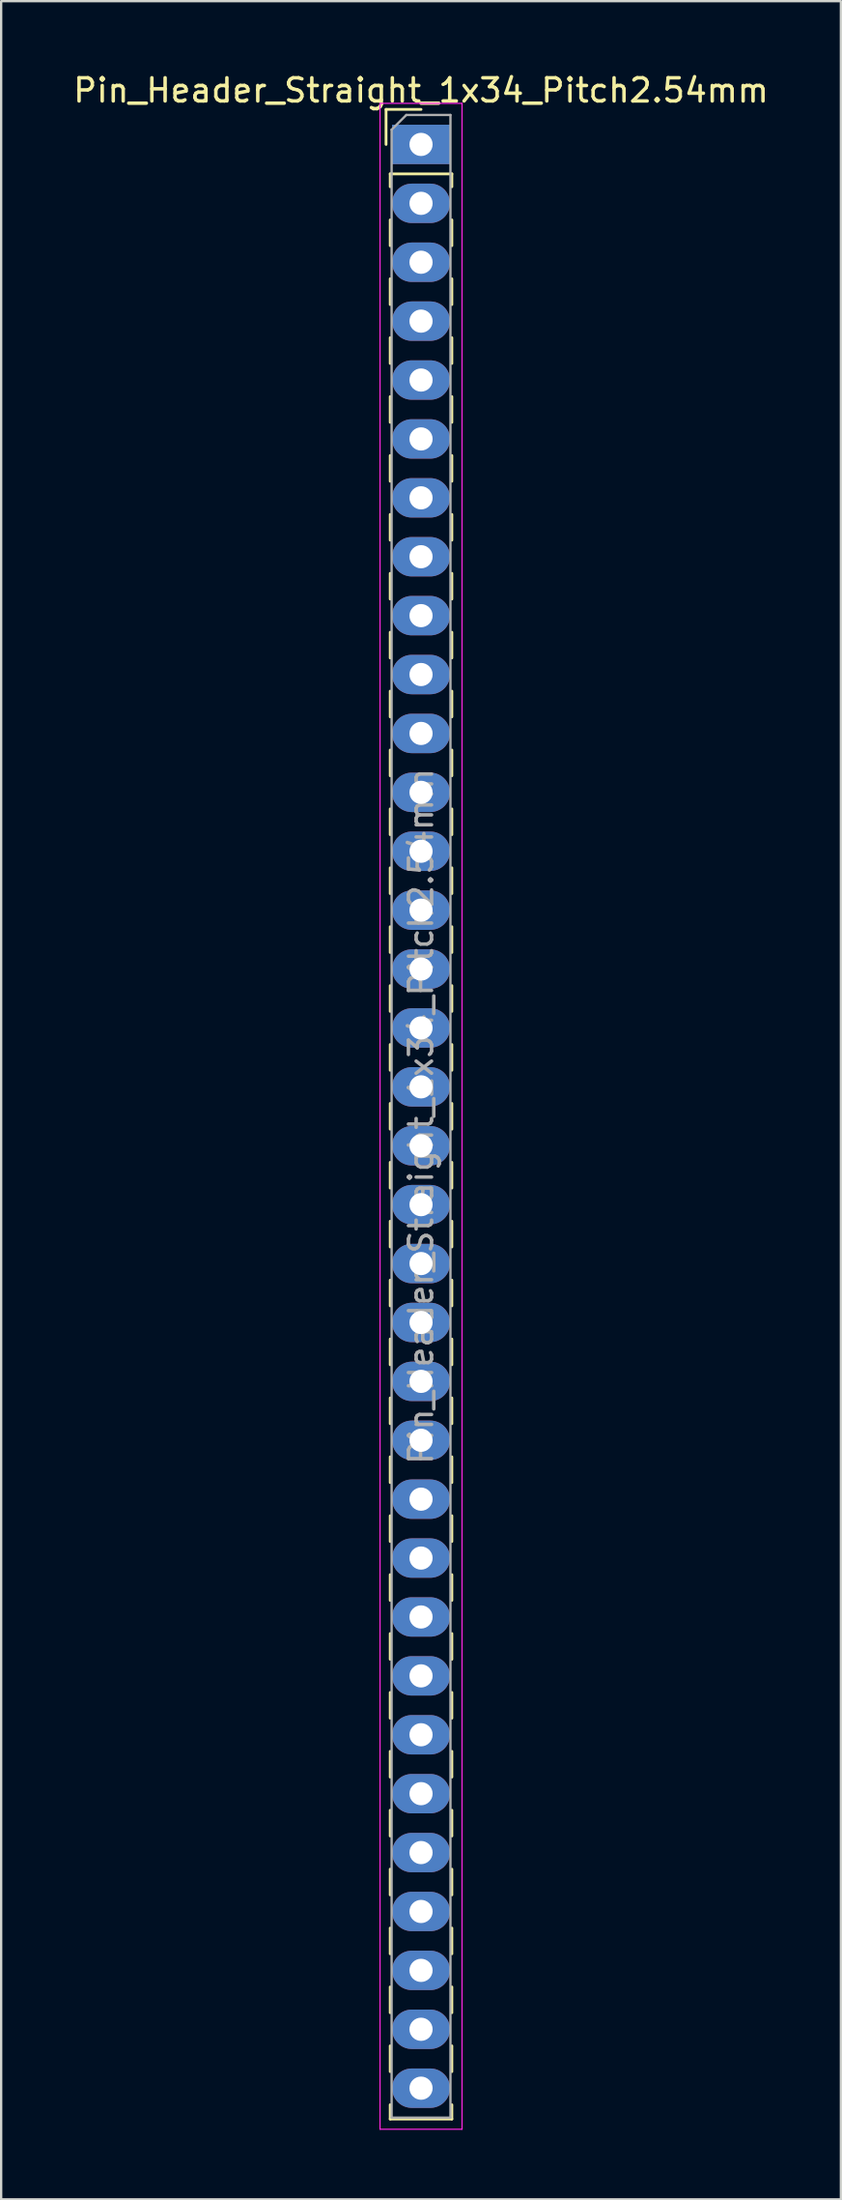
<source format=kicad_pcb>
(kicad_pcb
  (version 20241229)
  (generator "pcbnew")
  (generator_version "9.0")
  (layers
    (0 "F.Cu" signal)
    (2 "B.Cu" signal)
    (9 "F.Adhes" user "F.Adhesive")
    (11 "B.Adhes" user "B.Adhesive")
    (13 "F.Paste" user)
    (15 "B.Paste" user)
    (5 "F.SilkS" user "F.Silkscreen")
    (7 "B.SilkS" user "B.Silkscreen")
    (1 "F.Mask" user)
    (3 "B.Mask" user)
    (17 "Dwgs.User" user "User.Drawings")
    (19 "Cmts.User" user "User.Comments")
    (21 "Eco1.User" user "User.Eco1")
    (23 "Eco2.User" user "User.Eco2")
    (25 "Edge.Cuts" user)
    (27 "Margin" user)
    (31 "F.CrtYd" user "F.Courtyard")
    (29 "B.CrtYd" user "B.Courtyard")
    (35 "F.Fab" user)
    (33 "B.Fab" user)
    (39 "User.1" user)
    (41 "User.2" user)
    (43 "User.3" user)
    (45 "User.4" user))
  (footprint "Pin_Header_Straight_1x34_Pitch2.54mm"
    (layer "F.Cu")
    (at 15.125 3.178)
    (property "Reference" "Pin_Header_Straight_1x34_Pitch2.54mm" (at 0 -2.33 0) (layer "F.SilkS") (effects (font (size 1 1) (thickness 0.15))))
    (attr through_hole)
    (fp_line (start -1.51 -1.51) (end 0 -1.51) (stroke (width 0.12) (type solid)) (layer "F.SilkS"))
    (fp_line (start -1.51 0) (end -1.51 -1.51) (stroke (width 0.12) (type solid)) (layer "F.SilkS"))
    (fp_line (start -1.33 1.27) (end -1.33 1.825) (stroke (width 0.12) (type solid)) (layer "F.SilkS"))
    (fp_line (start -1.33 1.27) (end 1.33 1.27) (stroke (width 0.12) (type solid)) (layer "F.SilkS"))
    (fp_line (start -1.33 3.255) (end -1.33 4.365) (stroke (width 0.12) (type solid)) (layer "F.SilkS"))
    (fp_line (start -1.33 5.795) (end -1.33 6.905) (stroke (width 0.12) (type solid)) (layer "F.SilkS"))
    (fp_line (start -1.33 8.335) (end -1.33 9.445) (stroke (width 0.12) (type solid)) (layer "F.SilkS"))
    (fp_line (start -1.33 10.875) (end -1.33 11.985) (stroke (width 0.12) (type solid)) (layer "F.SilkS"))
    (fp_line (start -1.33 13.415) (end -1.33 14.525) (stroke (width 0.12) (type solid)) (layer "F.SilkS"))
    (fp_line (start -1.33 15.955) (end -1.33 17.065) (stroke (width 0.12) (type solid)) (layer "F.SilkS"))
    (fp_line (start -1.33 18.495) (end -1.33 19.605) (stroke (width 0.12) (type solid)) (layer "F.SilkS"))
    (fp_line (start -1.33 21.035) (end -1.33 22.145) (stroke (width 0.12) (type solid)) (layer "F.SilkS"))
    (fp_line (start -1.33 23.575) (end -1.33 24.685) (stroke (width 0.12) (type solid)) (layer "F.SilkS"))
    (fp_line (start -1.33 26.115) (end -1.33 27.225) (stroke (width 0.12) (type solid)) (layer "F.SilkS"))
    (fp_line (start -1.33 28.655) (end -1.33 29.765) (stroke (width 0.12) (type solid)) (layer "F.SilkS"))
    (fp_line (start -1.33 31.195) (end -1.33 32.305) (stroke (width 0.12) (type solid)) (layer "F.SilkS"))
    (fp_line (start -1.33 33.735) (end -1.33 34.845) (stroke (width 0.12) (type solid)) (layer "F.SilkS"))
    (fp_line (start -1.33 36.275) (end -1.33 37.385) (stroke (width 0.12) (type solid)) (layer "F.SilkS"))
    (fp_line (start -1.33 38.815) (end -1.33 39.925) (stroke (width 0.12) (type solid)) (layer "F.SilkS"))
    (fp_line (start -1.33 41.355) (end -1.33 42.465) (stroke (width 0.12) (type solid)) (layer "F.SilkS"))
    (fp_line (start -1.33 43.895) (end -1.33 45.005) (stroke (width 0.12) (type solid)) (layer "F.SilkS"))
    (fp_line (start -1.33 46.435) (end -1.33 47.545) (stroke (width 0.12) (type solid)) (layer "F.SilkS"))
    (fp_line (start -1.33 48.975) (end -1.33 50.085) (stroke (width 0.12) (type solid)) (layer "F.SilkS"))
    (fp_line (start -1.33 51.515) (end -1.33 52.625) (stroke (width 0.12) (type solid)) (layer "F.SilkS"))
    (fp_line (start -1.33 54.055) (end -1.33 55.165) (stroke (width 0.12) (type solid)) (layer "F.SilkS"))
    (fp_line (start -1.33 56.595) (end -1.33 57.705) (stroke (width 0.12) (type solid)) (layer "F.SilkS"))
    (fp_line (start -1.33 59.135) (end -1.33 60.245) (stroke (width 0.12) (type solid)) (layer "F.SilkS"))
    (fp_line (start -1.33 61.675) (end -1.33 62.785) (stroke (width 0.12) (type solid)) (layer "F.SilkS"))
    (fp_line (start -1.33 64.215) (end -1.33 65.325) (stroke (width 0.12) (type solid)) (layer "F.SilkS"))
    (fp_line (start -1.33 66.755) (end -1.33 67.865) (stroke (width 0.12) (type solid)) (layer "F.SilkS"))
    (fp_line (start -1.33 69.295) (end -1.33 70.405) (stroke (width 0.12) (type solid)) (layer "F.SilkS"))
    (fp_line (start -1.33 71.835) (end -1.33 72.945) (stroke (width 0.12) (type solid)) (layer "F.SilkS"))
    (fp_line (start -1.33 74.375) (end -1.33 75.485) (stroke (width 0.12) (type solid)) (layer "F.SilkS"))
    (fp_line (start -1.33 76.915) (end -1.33 78.025) (stroke (width 0.12) (type solid)) (layer "F.SilkS"))
    (fp_line (start -1.33 79.455) (end -1.33 80.565) (stroke (width 0.12) (type solid)) (layer "F.SilkS"))
    (fp_line (start -1.33 81.995) (end -1.33 83.105) (stroke (width 0.12) (type solid)) (layer "F.SilkS"))
    (fp_line (start -1.33 84.535) (end -1.33 85.15) (stroke (width 0.12) (type solid)) (layer "F.SilkS"))
    (fp_line (start -1.33 85.15) (end 1.33 85.15) (stroke (width 0.12) (type solid)) (layer "F.SilkS"))
    (fp_line (start 1.33 1.27) (end 1.33 1.825) (stroke (width 0.12) (type solid)) (layer "F.SilkS"))
    (fp_line (start 1.33 3.255) (end 1.33 4.365) (stroke (width 0.12) (type solid)) (layer "F.SilkS"))
    (fp_line (start 1.33 5.795) (end 1.33 6.905) (stroke (width 0.12) (type solid)) (layer "F.SilkS"))
    (fp_line (start 1.33 8.335) (end 1.33 9.445) (stroke (width 0.12) (type solid)) (layer "F.SilkS"))
    (fp_line (start 1.33 10.875) (end 1.33 11.985) (stroke (width 0.12) (type solid)) (layer "F.SilkS"))
    (fp_line (start 1.33 13.415) (end 1.33 14.525) (stroke (width 0.12) (type solid)) (layer "F.SilkS"))
    (fp_line (start 1.33 15.955) (end 1.33 17.065) (stroke (width 0.12) (type solid)) (layer "F.SilkS"))
    (fp_line (start 1.33 18.495) (end 1.33 19.605) (stroke (width 0.12) (type solid)) (layer "F.SilkS"))
    (fp_line (start 1.33 21.035) (end 1.33 22.145) (stroke (width 0.12) (type solid)) (layer "F.SilkS"))
    (fp_line (start 1.33 23.575) (end 1.33 24.685) (stroke (width 0.12) (type solid)) (layer "F.SilkS"))
    (fp_line (start 1.33 26.115) (end 1.33 27.225) (stroke (width 0.12) (type solid)) (layer "F.SilkS"))
    (fp_line (start 1.33 28.655) (end 1.33 29.765) (stroke (width 0.12) (type solid)) (layer "F.SilkS"))
    (fp_line (start 1.33 31.195) (end 1.33 32.305) (stroke (width 0.12) (type solid)) (layer "F.SilkS"))
    (fp_line (start 1.33 33.735) (end 1.33 34.845) (stroke (width 0.12) (type solid)) (layer "F.SilkS"))
    (fp_line (start 1.33 36.275) (end 1.33 37.385) (stroke (width 0.12) (type solid)) (layer "F.SilkS"))
    (fp_line (start 1.33 38.815) (end 1.33 39.925) (stroke (width 0.12) (type solid)) (layer "F.SilkS"))
    (fp_line (start 1.33 41.355) (end 1.33 42.465) (stroke (width 0.12) (type solid)) (layer "F.SilkS"))
    (fp_line (start 1.33 43.895) (end 1.33 45.005) (stroke (width 0.12) (type solid)) (layer "F.SilkS"))
    (fp_line (start 1.33 46.435) (end 1.33 47.545) (stroke (width 0.12) (type solid)) (layer "F.SilkS"))
    (fp_line (start 1.33 48.975) (end 1.33 50.085) (stroke (width 0.12) (type solid)) (layer "F.SilkS"))
    (fp_line (start 1.33 51.515) (end 1.33 52.625) (stroke (width 0.12) (type solid)) (layer "F.SilkS"))
    (fp_line (start 1.33 54.055) (end 1.33 55.165) (stroke (width 0.12) (type solid)) (layer "F.SilkS"))
    (fp_line (start 1.33 56.595) (end 1.33 57.705) (stroke (width 0.12) (type solid)) (layer "F.SilkS"))
    (fp_line (start 1.33 59.135) (end 1.33 60.245) (stroke (width 0.12) (type solid)) (layer "F.SilkS"))
    (fp_line (start 1.33 61.675) (end 1.33 62.785) (stroke (width 0.12) (type solid)) (layer "F.SilkS"))
    (fp_line (start 1.33 64.215) (end 1.33 65.325) (stroke (width 0.12) (type solid)) (layer "F.SilkS"))
    (fp_line (start 1.33 66.755) (end 1.33 67.865) (stroke (width 0.12) (type solid)) (layer "F.SilkS"))
    (fp_line (start 1.33 69.295) (end 1.33 70.405) (stroke (width 0.12) (type solid)) (layer "F.SilkS"))
    (fp_line (start 1.33 71.835) (end 1.33 72.945) (stroke (width 0.12) (type solid)) (layer "F.SilkS"))
    (fp_line (start 1.33 74.375) (end 1.33 75.485) (stroke (width 0.12) (type solid)) (layer "F.SilkS"))
    (fp_line (start 1.33 76.915) (end 1.33 78.025) (stroke (width 0.12) (type solid)) (layer "F.SilkS"))
    (fp_line (start 1.33 79.455) (end 1.33 80.565) (stroke (width 0.12) (type solid)) (layer "F.SilkS"))
    (fp_line (start 1.33 81.995) (end 1.33 83.105) (stroke (width 0.12) (type solid)) (layer "F.SilkS"))
    (fp_line (start 1.33 84.535) (end 1.33 85.15) (stroke (width 0.12) (type solid)) (layer "F.SilkS"))
    (fp_line (start -1.77 -1.77) (end -1.77 85.59) (stroke (width 0.05) (type solid)) (layer "F.CrtYd"))
    (fp_line (start -1.77 85.59) (end 1.77 85.59) (stroke (width 0.05) (type solid)) (layer "F.CrtYd"))
    (fp_line (start 1.77 -1.77) (end -1.77 -1.77) (stroke (width 0.05) (type solid)) (layer "F.CrtYd"))
    (fp_line (start 1.77 85.59) (end 1.77 -1.77) (stroke (width 0.05) (type solid)) (layer "F.CrtYd"))
    (fp_line (start -1.27 -0.635) (end -0.635 -1.27) (stroke (width 0.1) (type solid)) (layer "F.Fab"))
    (fp_line (start -1.27 85.09) (end -1.27 -0.635) (stroke (width 0.1) (type solid)) (layer "F.Fab"))
    (fp_line (start -0.635 -1.27) (end 1.27 -1.27) (stroke (width 0.1) (type solid)) (layer "F.Fab"))
    (fp_line (start 1.27 -1.27) (end 1.27 85.09) (stroke (width 0.1) (type solid)) (layer "F.Fab"))
    (fp_line (start 1.27 85.09) (end -1.27 85.09) (stroke (width 0.1) (type solid)) (layer "F.Fab"))
    (fp_text user "${REFERENCE}" (at 0 41.91 90) (layer "F.Fab") (effects (font (size 1 1) (thickness 0.15))))
    (pad "1" thru_hole rect (at 0 0) (size 2.5 1.7) (drill 1) (layers "*.Cu" "*.Mask"))
    (pad "2" thru_hole oval (at 0 2.54) (size 2.5 1.7) (drill 1) (layers "*.Cu" "*.Mask"))
    (pad "3" thru_hole oval (at 0 5.08) (size 2.5 1.7) (drill 1) (layers "*.Cu" "*.Mask"))
    (pad "4" thru_hole oval (at 0 7.62) (size 2.5 1.7) (drill 1) (layers "*.Cu" "*.Mask"))
    (pad "5" thru_hole oval (at 0 10.16) (size 2.5 1.7) (drill 1) (layers "*.Cu" "*.Mask"))
    (pad "6" thru_hole oval (at 0 12.7) (size 2.5 1.7) (drill 1) (layers "*.Cu" "*.Mask"))
    (pad "7" thru_hole oval (at 0 15.24) (size 2.5 1.7) (drill 1) (layers "*.Cu" "*.Mask"))
    (pad "8" thru_hole oval (at 0 17.78) (size 2.5 1.7) (drill 1) (layers "*.Cu" "*.Mask"))
    (pad "9" thru_hole oval (at 0 20.32) (size 2.5 1.7) (drill 1) (layers "*.Cu" "*.Mask"))
    (pad "10" thru_hole oval (at 0 22.86) (size 2.5 1.7) (drill 1) (layers "*.Cu" "*.Mask"))
    (pad "11" thru_hole oval (at 0 25.4) (size 2.5 1.7) (drill 1) (layers "*.Cu" "*.Mask"))
    (pad "12" thru_hole oval (at 0 27.94) (size 2.5 1.7) (drill 1) (layers "*.Cu" "*.Mask"))
    (pad "13" thru_hole oval (at 0 30.48) (size 2.5 1.7) (drill 1) (layers "*.Cu" "*.Mask"))
    (pad "14" thru_hole oval (at 0 33.02) (size 2.5 1.7) (drill 1) (layers "*.Cu" "*.Mask"))
    (pad "15" thru_hole oval (at 0 35.56) (size 2.5 1.7) (drill 1) (layers "*.Cu" "*.Mask"))
    (pad "16" thru_hole oval (at 0 38.1) (size 2.5 1.7) (drill 1) (layers "*.Cu" "*.Mask"))
    (pad "17" thru_hole oval (at 0 40.64) (size 2.5 1.7) (drill 1) (layers "*.Cu" "*.Mask"))
    (pad "18" thru_hole oval (at 0 43.18) (size 2.5 1.7) (drill 1) (layers "*.Cu" "*.Mask"))
    (pad "19" thru_hole oval (at 0 45.72) (size 2.5 1.7) (drill 1) (layers "*.Cu" "*.Mask"))
    (pad "20" thru_hole oval (at 0 48.26) (size 2.5 1.7) (drill 1) (layers "*.Cu" "*.Mask"))
    (pad "21" thru_hole oval (at 0 50.8) (size 2.5 1.7) (drill 1) (layers "*.Cu" "*.Mask"))
    (pad "22" thru_hole oval (at 0 53.34) (size 2.5 1.7) (drill 1) (layers "*.Cu" "*.Mask"))
    (pad "23" thru_hole oval (at 0 55.88) (size 2.5 1.7) (drill 1) (layers "*.Cu" "*.Mask"))
    (pad "24" thru_hole oval (at 0 58.42) (size 2.5 1.7) (drill 1) (layers "*.Cu" "*.Mask"))
    (pad "25" thru_hole oval (at 0 60.96) (size 2.5 1.7) (drill 1) (layers "*.Cu" "*.Mask"))
    (pad "26" thru_hole oval (at 0 63.5) (size 2.5 1.7) (drill 1) (layers "*.Cu" "*.Mask"))
    (pad "27" thru_hole oval (at 0 66.04) (size 2.5 1.7) (drill 1) (layers "*.Cu" "*.Mask"))
    (pad "28" thru_hole oval (at 0 68.58) (size 2.5 1.7) (drill 1) (layers "*.Cu" "*.Mask"))
    (pad "29" thru_hole oval (at 0 71.12) (size 2.5 1.7) (drill 1) (layers "*.Cu" "*.Mask"))
    (pad "30" thru_hole oval (at 0 73.66) (size 2.5 1.7) (drill 1) (layers "*.Cu" "*.Mask"))
    (pad "31" thru_hole oval (at 0 76.2) (size 2.5 1.7) (drill 1) (layers "*.Cu" "*.Mask"))
    (pad "32" thru_hole oval (at 0 78.74) (size 2.5 1.7) (drill 1) (layers "*.Cu" "*.Mask"))
    (pad "33" thru_hole oval (at 0 81.28) (size 2.5 1.7) (drill 1) (layers "*.Cu" "*.Mask"))
    (pad "34" thru_hole oval (at 0 83.82) (size 2.5 1.7) (drill 1) (layers "*.Cu" "*.Mask")))
  (gr_rect
    (start -3 -3)
    (end 33.25 91.793)
    (stroke (width 0.1) (type default))
    (fill no)
    (layer "Edge.Cuts")))
</source>
